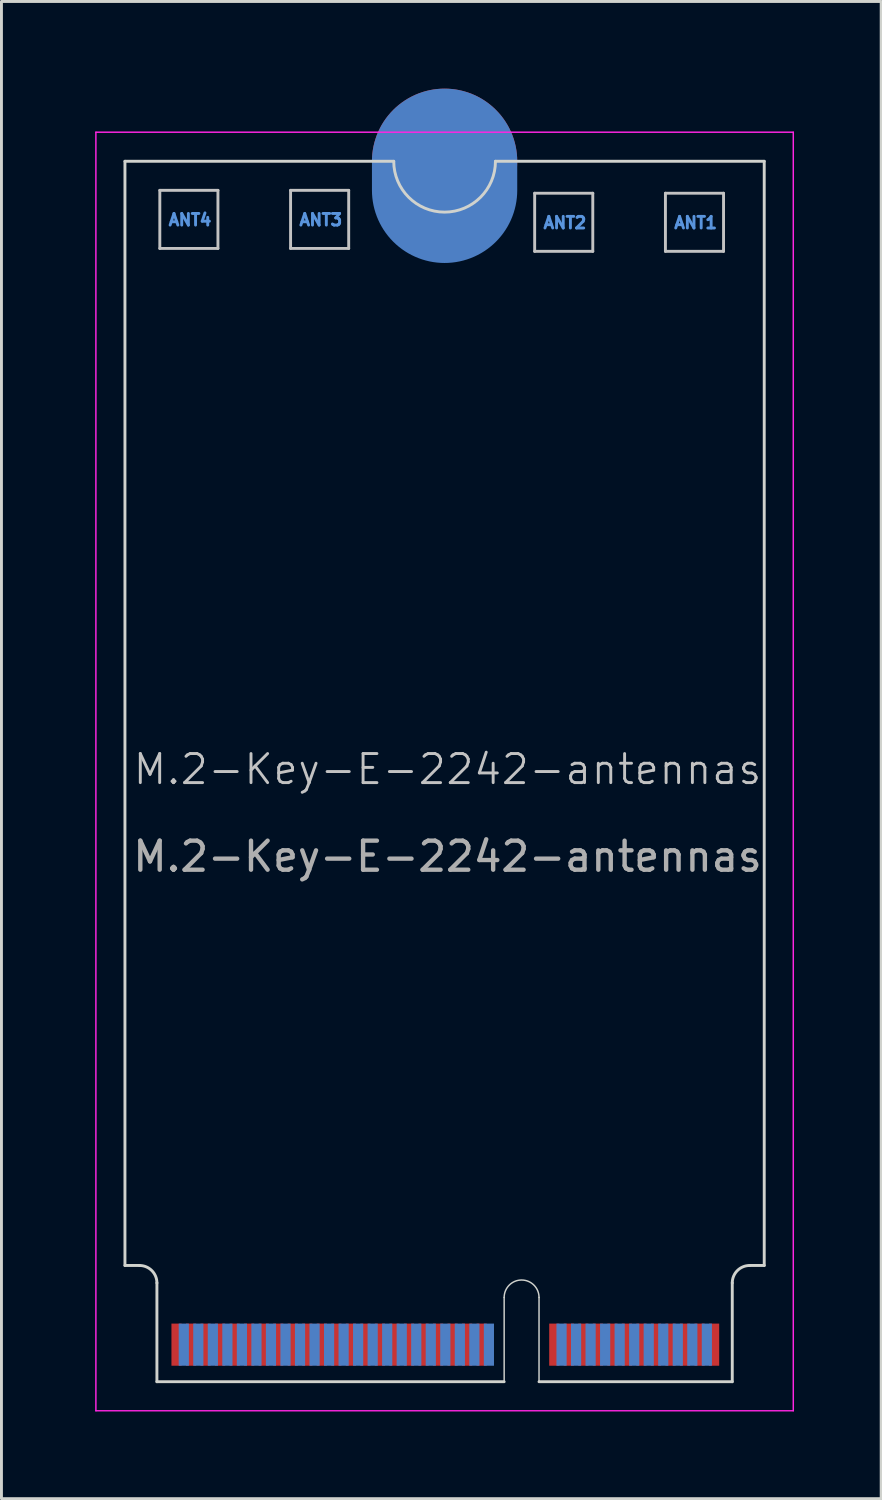
<source format=kicad_pcb>
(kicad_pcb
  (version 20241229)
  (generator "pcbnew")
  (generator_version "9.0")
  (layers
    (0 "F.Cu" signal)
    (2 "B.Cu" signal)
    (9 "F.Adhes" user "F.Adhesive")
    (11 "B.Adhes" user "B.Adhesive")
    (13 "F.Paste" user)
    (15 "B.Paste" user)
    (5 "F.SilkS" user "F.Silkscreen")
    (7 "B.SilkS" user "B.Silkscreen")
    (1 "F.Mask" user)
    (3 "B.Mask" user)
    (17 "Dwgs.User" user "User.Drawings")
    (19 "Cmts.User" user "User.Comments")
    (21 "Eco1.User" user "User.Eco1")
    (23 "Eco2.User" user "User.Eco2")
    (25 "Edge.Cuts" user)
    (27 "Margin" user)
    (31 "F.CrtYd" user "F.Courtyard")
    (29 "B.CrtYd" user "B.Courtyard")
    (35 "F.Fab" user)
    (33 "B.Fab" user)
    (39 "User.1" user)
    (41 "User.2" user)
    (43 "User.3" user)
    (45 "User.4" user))
  (footprint "M.2-Key-E-2242-antennas"
    (layer "F.Cu")
    (at 0.25 1.5)
    (property "Reference" "M.2-Key-E-2242-antennas" (at 12.1 21.925 0) (unlocked yes) (layer "Dwgs.User") (effects (font (size 1 1) (thickness 0.1))))
    (attr exclude_from_pos_files exclude_from_bom allow_missing_courtyard)
    (fp_line (start 2.2 2) (end 2.2 4) (stroke (width 0.1) (type default)) (layer "Dwgs.User"))
    (fp_line (start 2.2 4) (end 4.2 4) (stroke (width 0.1) (type default)) (layer "Dwgs.User"))
    (fp_line (start 4.2 2) (end 2.2 2) (stroke (width 0.1) (type default)) (layer "Dwgs.User"))
    (fp_line (start 4.2 4) (end 4.2 2) (stroke (width 0.1) (type default)) (layer "Dwgs.User"))
    (fp_line (start 6.7 2) (end 8.7 2) (stroke (width 0.1) (type default)) (layer "Dwgs.User"))
    (fp_line (start 6.7 4) (end 6.7 2) (stroke (width 0.1) (type default)) (layer "Dwgs.User"))
    (fp_line (start 8.7 2) (end 8.7 4) (stroke (width 0.1) (type default)) (layer "Dwgs.User"))
    (fp_line (start 8.7 4) (end 6.7 4) (stroke (width 0.1) (type default)) (layer "Dwgs.User"))
    (fp_line (start 15.1 2.1) (end 17.1 2.1) (stroke (width 0.1) (type default)) (layer "Dwgs.User"))
    (fp_line (start 15.1 4.1) (end 15.1 2.1) (stroke (width 0.1) (type default)) (layer "Dwgs.User"))
    (fp_line (start 17.1 2.1) (end 17.1 4.1) (stroke (width 0.1) (type default)) (layer "Dwgs.User"))
    (fp_line (start 17.1 4.1) (end 15.1 4.1) (stroke (width 0.1) (type default)) (layer "Dwgs.User"))
    (fp_line (start 19.6 2.1) (end 21.6 2.1) (stroke (width 0.1) (type default)) (layer "Dwgs.User"))
    (fp_line (start 19.6 4.1) (end 19.6 2.1) (stroke (width 0.1) (type default)) (layer "Dwgs.User"))
    (fp_line (start 21.6 2.1) (end 21.6 4.1) (stroke (width 0.1) (type default)) (layer "Dwgs.User"))
    (fp_line (start 21.6 4.1) (end 19.6 4.1) (stroke (width 0.1) (type default)) (layer "Dwgs.User"))
    (fp_line (start 1 1) (end 1 39) (stroke (width 0.1) (type default)) (layer "Edge.Cuts"))
    (fp_line (start 1 1) (end 10.25 1) (stroke (width 0.1) (type default)) (layer "Edge.Cuts"))
    (fp_line (start 1 39) (end 1.5 39) (stroke (width 0.1) (type default)) (layer "Edge.Cuts"))
    (fp_line (start 2.1 39.6) (end 2.1 43) (stroke (width 0.1) (type default)) (layer "Edge.Cuts"))
    (fp_line (start 2.1 43) (end 14.05 43) (stroke (width 0.1) (type default)) (layer "Edge.Cuts"))
    (fp_line (start 14.05 43) (end 14.05 40.1) (stroke (width 0.05) (type default)) (layer "Edge.Cuts"))
    (fp_line (start 15.25 40.1) (end 15.25 43) (stroke (width 0.05) (type default)) (layer "Edge.Cuts"))
    (fp_line (start 15.25 43) (end 21.9 43) (stroke (width 0.1) (type default)) (layer "Edge.Cuts"))
    (fp_line (start 21.9 39.6) (end 21.9 43) (stroke (width 0.1) (type default)) (layer "Edge.Cuts"))
    (fp_line (start 23 1) (end 13.75 1) (stroke (width 0.1) (type default)) (layer "Edge.Cuts"))
    (fp_line (start 23 1) (end 23 39) (stroke (width 0.1) (type default)) (layer "Edge.Cuts"))
    (fp_line (start 23 39) (end 22.5 39) (stroke (width 0.1) (type default)) (layer "Edge.Cuts"))
    (fp_arc (start 1.5 39) (mid 1.924264 39.175736) (end 2.1 39.6) (stroke (width 0.1) (type default)) (layer "Edge.Cuts"))
    (fp_arc (start 13.75 1) (mid 12 2.75) (end 10.25 1) (stroke (width 0.1) (type default)) (layer "Edge.Cuts"))
    (fp_arc (start 14.05 40.1) (mid 14.65 39.5) (end 15.25 40.1) (stroke (width 0.05) (type default)) (layer "Edge.Cuts"))
    (fp_arc (start 21.9 39.6) (mid 22.075736 39.175736) (end 22.5 39) (stroke (width 0.1) (type default)) (layer "Edge.Cuts"))
    (fp_line (start 0 0) (end 0 44) (stroke (width 0.05) (type default)) (layer "F.CrtYd"))
    (fp_line (start 0 44) (end 24 44) (stroke (width 0.05) (type default)) (layer "F.CrtYd"))
    (fp_line (start 24 0) (end 0 0) (stroke (width 0.05) (type default)) (layer "F.CrtYd"))
    (fp_line (start 24 44) (end 24 0) (stroke (width 0.05) (type default)) (layer "F.CrtYd"))
    (fp_text user "ANT2" (at 15.35 3.35 0) (unlocked yes) (layer "Cmts.User") (effects (font (size 0.4 0.4) (thickness 0.1) (bold yes)) (justify left bottom)))
    (fp_text user "ANT4" (at 2.45 3.25 0) (unlocked yes) (layer "Cmts.User") (effects (font (size 0.4 0.4) (thickness 0.1) (bold yes)) (justify left bottom)))
    (fp_text user "ANT3" (at 6.95 3.25 0) (unlocked yes) (layer "Cmts.User") (effects (font (size 0.4 0.4) (thickness 0.1) (bold yes)) (justify left bottom)))
    (fp_text user "ANT1" (at 19.85 3.35 0) (unlocked yes) (layer "Cmts.User") (effects (font (size 0.4 0.4) (thickness 0.1) (bold yes)) (justify left bottom)))
    (fp_text user "${REFERENCE}" (at 12.1 24.925 0) (unlocked yes) (layer "F.Fab") (effects (font (size 1 1) (thickness 0.15))))
    (pad "1" connect rect (at 21.275 41.725) (size 0.35 1.45) (layers "F.Cu" "F.Mask"))
    (pad "2" connect rect (at 21.025 41.725) (size 0.35 1.45) (layers "B.Cu" "B.Mask"))
    (pad "3" connect rect (at 20.775 41.725) (size 0.35 1.45) (layers "F.Cu" "F.Mask"))
    (pad "4" connect rect (at 20.525 41.725) (size 0.35 1.45) (layers "B.Cu" "B.Mask"))
    (pad "5" connect rect (at 20.275 41.725) (size 0.35 1.45) (layers "F.Cu" "F.Mask"))
    (pad "6" connect rect (at 20.025 41.725) (size 0.35 1.45) (layers "B.Cu" "B.Mask"))
    (pad "7" connect rect (at 19.775 41.725) (size 0.35 1.45) (layers "F.Cu" "F.Mask"))
    (pad "8" connect rect (at 19.525 41.725) (size 0.35 1.45) (layers "B.Cu" "B.Mask"))
    (pad "9" connect rect (at 19.275 41.725) (size 0.35 1.45) (layers "F.Cu" "F.Mask"))
    (pad "10" connect rect (at 19.025 41.725) (size 0.35 1.45) (layers "B.Cu" "B.Mask"))
    (pad "11" connect rect (at 18.775 41.725) (size 0.35 1.45) (layers "F.Cu" "F.Mask"))
    (pad "12" connect rect (at 18.525 41.725) (size 0.35 1.45) (layers "B.Cu" "B.Mask"))
    (pad "13" connect rect (at 18.275 41.725) (size 0.35 1.45) (layers "F.Cu" "F.Mask"))
    (pad "14" connect rect (at 18.025 41.725) (size 0.35 1.45) (layers "B.Cu" "B.Mask"))
    (pad "15" connect rect (at 17.775 41.725) (size 0.35 1.45) (layers "F.Cu" "F.Mask"))
    (pad "16" connect rect (at 17.525 41.725) (size 0.35 1.45) (layers "B.Cu" "B.Mask"))
    (pad "17" connect rect (at 17.275 41.725) (size 0.35 1.45) (layers "F.Cu" "F.Mask"))
    (pad "18" connect rect (at 17.025 41.725) (size 0.35 1.45) (layers "B.Cu" "B.Mask"))
    (pad "19" connect rect (at 16.775 41.725) (size 0.35 1.45) (layers "F.Cu" "F.Mask"))
    (pad "20" connect rect (at 16.525 41.725) (size 0.35 1.45) (layers "B.Cu" "B.Mask"))
    (pad "21" connect rect (at 16.275 41.725) (size 0.35 1.45) (layers "F.Cu" "F.Mask"))
    (pad "22" connect rect (at 16.025 41.725) (size 0.35 1.45) (layers "B.Cu" "B.Mask"))
    (pad "23" connect rect (at 15.775 41.725) (size 0.35 1.45) (layers "F.Cu" "F.Mask"))
    (pad "32" connect rect (at 13.525 41.725) (size 0.35 1.45) (layers "B.Cu" "B.Mask"))
    (pad "33" connect rect (at 13.275 41.725) (size 0.35 1.45) (layers "F.Cu" "F.Mask"))
    (pad "34" connect rect (at 13.025 41.725) (size 0.35 1.45) (layers "B.Cu" "B.Mask"))
    (pad "35" connect rect (at 12.775 41.725) (size 0.35 1.45) (layers "F.Cu" "F.Mask"))
    (pad "36" connect rect (at 12.525 41.725) (size 0.35 1.45) (layers "B.Cu" "B.Mask"))
    (pad "37" connect rect (at 12.275 41.725) (size 0.35 1.45) (layers "F.Cu" "F.Mask"))
    (pad "38" connect rect (at 12.025 41.725) (size 0.35 1.45) (layers "B.Cu" "B.Mask"))
    (pad "39" connect rect (at 11.775 41.725) (size 0.35 1.45) (layers "F.Cu" "F.Mask"))
    (pad "40" connect rect (at 11.525 41.725) (size 0.35 1.45) (layers "B.Cu" "B.Mask"))
    (pad "41" connect rect (at 11.275 41.725) (size 0.35 1.45) (layers "F.Cu" "F.Mask"))
    (pad "42" connect rect (at 11.025 41.725) (size 0.35 1.45) (layers "B.Cu" "B.Mask"))
    (pad "43" connect rect (at 10.775 41.725) (size 0.35 1.45) (layers "F.Cu" "F.Mask"))
    (pad "44" connect rect (at 10.525 41.725) (size 0.35 1.45) (layers "B.Cu" "B.Mask"))
    (pad "45" connect rect (at 10.275 41.725) (size 0.35 1.45) (layers "F.Cu" "F.Mask"))
    (pad "46" connect rect (at 10.025 41.725) (size 0.35 1.45) (layers "B.Cu" "B.Mask"))
    (pad "47" connect rect (at 9.775 41.725) (size 0.35 1.45) (layers "F.Cu" "F.Mask"))
    (pad "48" connect rect (at 9.525 41.725) (size 0.35 1.45) (layers "B.Cu" "B.Mask"))
    (pad "49" connect rect (at 9.275 41.725) (size 0.35 1.45) (layers "F.Cu" "F.Mask"))
    (pad "50" connect rect (at 9.025 41.725) (size 0.35 1.45) (layers "B.Cu" "B.Mask"))
    (pad "51" connect rect (at 8.775 41.725) (size 0.35 1.45) (layers "F.Cu" "F.Mask"))
    (pad "52" connect rect (at 8.525 41.725) (size 0.35 1.45) (layers "B.Cu" "B.Mask"))
    (pad "53" connect rect (at 8.275 41.725) (size 0.35 1.45) (layers "F.Cu" "F.Mask"))
    (pad "54" connect rect (at 8.025 41.725) (size 0.35 1.45) (layers "B.Cu" "B.Mask"))
    (pad "55" connect rect (at 7.775 41.725) (size 0.35 1.45) (layers "F.Cu" "F.Mask"))
    (pad "56" connect rect (at 7.525 41.725) (size 0.35 1.45) (layers "B.Cu" "B.Mask"))
    (pad "57" connect rect (at 7.275 41.725) (size 0.35 1.45) (layers "F.Cu" "F.Mask"))
    (pad "58" connect rect (at 7.025 41.725) (size 0.35 1.45) (layers "B.Cu" "B.Mask"))
    (pad "59" connect rect (at 6.775 41.725) (size 0.35 1.45) (layers "F.Cu" "F.Mask"))
    (pad "60" connect rect (at 6.525 41.725) (size 0.35 1.45) (layers "B.Cu" "B.Mask"))
    (pad "61" connect rect (at 6.275 41.725) (size 0.35 1.45) (layers "F.Cu" "F.Mask"))
    (pad "62" connect rect (at 6.025 41.725) (size 0.35 1.45) (layers "B.Cu" "B.Mask"))
    (pad "63" connect rect (at 5.775 41.725) (size 0.35 1.45) (layers "F.Cu" "F.Mask"))
    (pad "64" connect rect (at 5.525 41.725) (size 0.35 1.45) (layers "B.Cu" "B.Mask"))
    (pad "65" connect rect (at 5.275 41.725) (size 0.35 1.45) (layers "F.Cu" "F.Mask"))
    (pad "66" connect rect (at 5.025 41.725) (size 0.35 1.45) (layers "B.Cu" "B.Mask"))
    (pad "67" connect rect (at 4.775 41.725) (size 0.35 1.45) (layers "F.Cu" "F.Mask"))
    (pad "68" connect rect (at 4.525 41.725) (size 0.35 1.45) (layers "B.Cu" "B.Mask"))
    (pad "69" connect rect (at 4.275 41.725) (size 0.35 1.45) (layers "F.Cu" "F.Mask"))
    (pad "70" connect rect (at 4.025 41.725) (size 0.35 1.45) (layers "B.Cu" "B.Mask"))
    (pad "71" connect rect (at 3.775 41.725) (size 0.35 1.45) (layers "F.Cu" "F.Mask"))
    (pad "72" connect rect (at 3.525 41.725) (size 0.35 1.45) (layers "B.Cu" "B.Mask"))
    (pad "73" connect rect (at 3.275 41.725) (size 0.35 1.45) (layers "F.Cu" "F.Mask"))
    (pad "74" connect rect (at 3.025 41.725) (size 0.35 1.45) (layers "B.Cu" "B.Mask"))
    (pad "75" connect rect (at 2.775 41.725) (size 0.35 1.45) (layers "F.Cu" "F.Mask"))
    (pad "76" connect circle (at 12 1) (size 5 5) (layers "F.Cu" "F.Mask"))
    (pad "76" connect oval (at 12 1.5) (size 5 6) (layers "B.Cu" "B.Mask"))
    (zone (net_name "") (layer "F.Cu") (name "TOP COMPONENT KEEPOUT") (hatch edge 0.5) (connect_pads) (min_thickness 0.25) (filled_areas_thickness no) (keepout (tracks allowed) (vias allowed) (pads allowed) (copperpour allowed) (footprints not_allowed)) (placement (enabled no)) (fill) (polygon (pts (xy 2.35 44.5) (xy 2.35 40.5) (xy 22.15 40.5) (xy 22.15 44.5))))
    (zone (net_name "") (layers "F.Cu" "B.Cu") (name "ANTENNAS") (hatch edge 0.5) (connect_pads) (min_thickness 0.25) (filled_areas_thickness no) (keepout (tracks allowed) (vias allowed) (pads not_allowed) (copperpour allowed) (footprints not_allowed)) (placement (enabled no)) (fill) (polygon (pts (xy 23.25 6.3) (xy 21.85 6.3) (xy 21.85 3.6) (xy 19.85 3.6) (xy 19.85 5.6) (xy 21.85 5.6) (xy 21.85 6.3) (xy 17.35 6.3) (xy 17.35 3.6) (xy 15.35 3.6) (xy 15.35 5.6) (xy 17.35 5.6) (xy 17.35 6.3) (xy 8.95 6.3) (xy 8.95 3.5) (xy 6.95 3.5) (xy 6.95 5.5) (xy 8.95 5.5) (xy 8.95 6.3) (xy 4.45 6.3) (xy 4.45 3.5) (xy 2.45 3.5) (xy 2.45 5.5) (xy 4.45 5.5) (xy 4.45 6.3) (xy 1.25 6.3) (xy 1.25 2.5) (xy 23.25 2.5))))
    (zone (net_name "") (layers "F.Cu" "Dwgs.User") (name "ANT4") (hatch edge 0.5) (connect_pads) (min_thickness 0.25) (filled_areas_thickness no) (keepout (tracks allowed) (vias allowed) (pads allowed) (copperpour not_allowed) (footprints allowed)) (placement (enabled no)) (fill) (polygon (pts (xy 2.45 3.5) (xy 4.45 3.5) (xy 4.45 5.5) (xy 2.45 5.5))))
    (zone (net_name "") (layers "F.Cu" "Dwgs.User") (name "ANT3") (hatch edge 0.5) (connect_pads) (min_thickness 0.25) (filled_areas_thickness no) (keepout (tracks allowed) (vias allowed) (pads allowed) (copperpour not_allowed) (footprints allowed)) (placement (enabled no)) (fill) (polygon (pts (xy 6.95 3.5) (xy 8.95 3.5) (xy 8.95 5.5) (xy 6.95 5.5))))
    (zone (net_name "") (layers "F.Cu" "Dwgs.User") (name "ANT2") (hatch edge 0.5) (connect_pads) (min_thickness 0.25) (filled_areas_thickness no) (keepout (tracks allowed) (vias allowed) (pads allowed) (copperpour not_allowed) (footprints allowed)) (placement (enabled no)) (fill) (polygon (pts (xy 15.35 3.6) (xy 17.35 3.6) (xy 17.35 5.6) (xy 15.35 5.6))))
    (zone (net_name "") (layers "F.Cu" "Dwgs.User") (name "ANT1") (hatch edge 0.5) (connect_pads) (min_thickness 0.25) (filled_areas_thickness no) (keepout (tracks allowed) (vias allowed) (pads allowed) (copperpour not_allowed) (footprints allowed)) (placement (enabled no)) (fill) (polygon (pts (xy 19.85 3.6) (xy 21.85 3.6) (xy 21.85 5.6) (xy 19.85 5.6))))
    (zone (net_name "") (layer "B.Cu") (name "BOTTOM COMPONENT KEEPOUT") (hatch edge 0.5) (connect_pads) (min_thickness 0.25) (filled_areas_thickness no) (keepout (tracks allowed) (vias allowed) (pads allowed) (copperpour allowed) (footprints not_allowed)) (placement (enabled no)) (fill) (polygon (pts (xy 2.35 44.5) (xy 22.15 44.5) (xy 22.15 40.5) (xy 23.25 40.5) (xy 23.25 39.3) (xy 1.25 39.3) (xy 1.25 40.5) (xy 2.35 40.5)))))
  (gr_rect
    (start -3 -3)
    (end 27.275 48.525)
    (stroke (width 0.1) (type default))
    (fill no)
    (layer "Edge.Cuts")))
</source>
